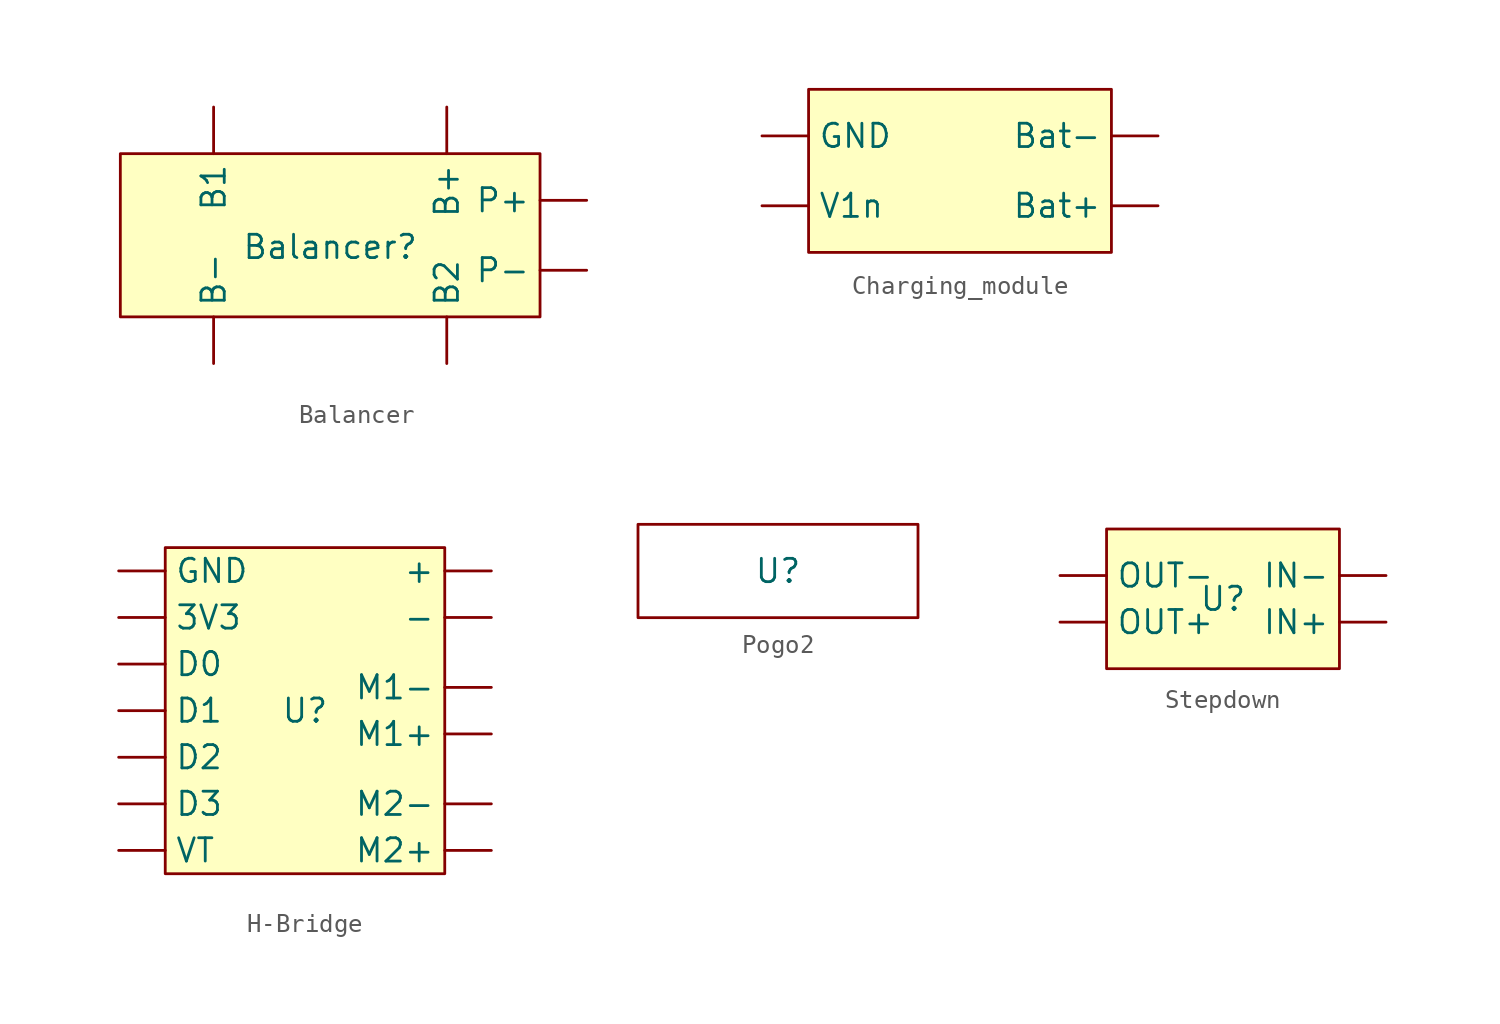
<source format=kicad_sym>
(kicad_symbol_lib
  (version 20241209)
  (generator "kicad_symbol_editor")
  (generator_version "9.0")
  (symbol "Balancer"
    (property "Reference" "Balancer"
      (at 0 0 0)
      (effects (font (size 1.27 1.27))))
    (property "Value" ""
      (at 0 0 0)
      (effects (font (size 1.27 1.27))))
    (symbol "Balancer_1_1"
      (rectangle (start -11.43 5.08) (end 11.43 -3.81) (stroke (width 0) (type solid)) (fill (type background)))
      (pin input line (at -6.35 7.62 270) (length 2.54) (name "B1" (effects (font (size 1.27 1.27)))) (number "" (effects (font (size 1.27 1.27)))))
      (pin input line (at -6.35 -6.35 90) (length 2.54) (name "B-" (effects (font (size 1.27 1.27)))) (number "" (effects (font (size 1.27 1.27)))))
      (pin input line (at 6.35 7.62 270) (length 2.54) (name "B+" (effects (font (size 1.27 1.27)))) (number "" (effects (font (size 1.27 1.27)))))
      (pin input line (at 6.35 -6.35 90) (length 2.54) (name "B2" (effects (font (size 1.27 1.27)))) (number "" (effects (font (size 1.27 1.27)))))
      (pin input line (at 13.97 2.54 180) (length 2.54) (name "P+" (effects (font (size 1.27 1.27)))) (number "" (effects (font (size 1.27 1.27)))))
      (pin input line (at 13.97 -1.27 180) (length 2.54) (name "P-" (effects (font (size 1.27 1.27)))) (number "" (effects (font (size 1.27 1.27)))))))
  (symbol "Charging_module"
    (property "Reference" "U"
      (at 0 0 0)
      (effects (font (size 1.27 1.27)) (hide yes)))
    (property "Value" ""
      (at 0 0 0)
      (effects (font (size 1.27 1.27))))
    (symbol "Charging_module_1_1"
      (rectangle (start -7.62 5.08) (end 8.89 -3.81) (stroke (width 0) (type solid)) (fill (type background)))
      (pin input line (at -10.16 2.54 0) (length 2.54) (name "GND" (effects (font (size 1.27 1.27)))) (number "" (effects (font (size 1.27 1.27)))))
      (pin input line (at -10.16 -1.27 0) (length 2.54) (name "V1n" (effects (font (size 1.27 1.27)))) (number "" (effects (font (size 1.27 1.27)))))
      (pin input line (at 11.43 2.54 180) (length 2.54) (name "Bat-" (effects (font (size 1.27 1.27)))) (number "" (effects (font (size 1.27 1.27)))))
      (pin input line (at 11.43 -1.27 180) (length 2.54) (name "Bat+" (effects (font (size 1.27 1.27)))) (number "" (effects (font (size 1.27 1.27)))))))
  (symbol "H-Bridge"
    (property "Reference" "U"
      (at 0 0 0)
      (effects (font (size 1.27 1.27))))
    (property "Value" ""
      (at 0 0 0)
      (effects (font (size 1.27 1.27))))
    (symbol "H-Bridge_1_1"
      (rectangle (start -7.62 8.89) (end 7.62 -8.89) (stroke (width 0) (type solid)) (fill (type background)))
      (pin input line (at -10.16 7.62 0) (length 2.54) (name "GND" (effects (font (size 1.27 1.27)))) (number "" (effects (font (size 1.27 1.27)))))
      (pin input line (at -10.16 5.08 0) (length 2.54) (name "3V3" (effects (font (size 1.27 1.27)))) (number "" (effects (font (size 1.27 1.27)))))
      (pin input line (at -10.16 2.54 0) (length 2.54) (name "D0" (effects (font (size 1.27 1.27)))) (number "" (effects (font (size 1.27 1.27)))))
      (pin input line (at -10.16 0 0) (length 2.54) (name "D1" (effects (font (size 1.27 1.27)))) (number "" (effects (font (size 1.27 1.27)))))
      (pin input line (at -10.16 -2.54 0) (length 2.54) (name "D2" (effects (font (size 1.27 1.27)))) (number "" (effects (font (size 1.27 1.27)))))
      (pin input line (at -10.16 -5.08 0) (length 2.54) (name "D3" (effects (font (size 1.27 1.27)))) (number "" (effects (font (size 1.27 1.27)))))
      (pin input line (at -10.16 -7.62 0) (length 2.54) (name "VT" (effects (font (size 1.27 1.27)))) (number "" (effects (font (size 1.27 1.27)))))
      (pin input line (at 10.16 7.62 180) (length 2.54) (name "+" (effects (font (size 1.27 1.27)))) (number "" (effects (font (size 1.27 1.27)))))
      (pin input line (at 10.16 5.08 180) (length 2.54) (name "-" (effects (font (size 1.27 1.27)))) (number "" (effects (font (size 1.27 1.27)))))
      (pin input line (at 10.16 1.27 180) (length 2.54) (name "M1-" (effects (font (size 1.27 1.27)))) (number "" (effects (font (size 1.27 1.27)))))
      (pin input line (at 10.16 -1.27 180) (length 2.54) (name "M1+" (effects (font (size 1.27 1.27)))) (number "" (effects (font (size 1.27 1.27)))))
      (pin input line (at 10.16 -5.08 180) (length 2.54) (name "M2-" (effects (font (size 1.27 1.27)))) (number "" (effects (font (size 1.27 1.27)))))
      (pin input line (at 10.16 -7.62 180) (length 2.54) (name "M2+" (effects (font (size 1.27 1.27)))) (number "" (effects (font (size 1.27 1.27)))))))
  (symbol "Pogo2"
    (property "Reference" "U"
      (at 0 0 0)
      (effects (font (size 1.27 1.27))))
    (property "Value" ""
      (at 0 0 0)
      (effects (font (size 1.27 1.27))))
    (symbol "Pogo2_0_1"
      (rectangle (start -7.62 2.54) (end 7.62 -2.54) (stroke (width 0) (type default)) (fill (type none)))))
  (symbol "Stepdown"
    (property "Reference" "U"
      (at 0 0 0)
      (effects (font (size 1.27 1.27))))
    (property "Value" ""
      (at 0 0 0)
      (effects (font (size 1.27 1.27))))
    (symbol "Stepdown_1_1"
      (rectangle (start -6.35 3.81) (end 6.35 -3.81) (stroke (width 0) (type solid)) (fill (type background)))
      (pin input line (at -8.89 1.27 0) (length 2.54) (name "OUT-" (effects (font (size 1.27 1.27)))) (number "" (effects (font (size 1.27 1.27)))))
      (pin input line (at -8.89 -1.27 0) (length 2.54) (name "OUT+" (effects (font (size 1.27 1.27)))) (number "" (effects (font (size 1.27 1.27)))))
      (pin input line (at 8.89 1.27 180) (length 2.54) (name "IN-" (effects (font (size 1.27 1.27)))) (number "" (effects (font (size 1.27 1.27)))))
      (pin input line (at 8.89 -1.27 180) (length 2.54) (name "IN+" (effects (font (size 1.27 1.27)))) (number "" (effects (font (size 1.27 1.27))))))))
</source>
